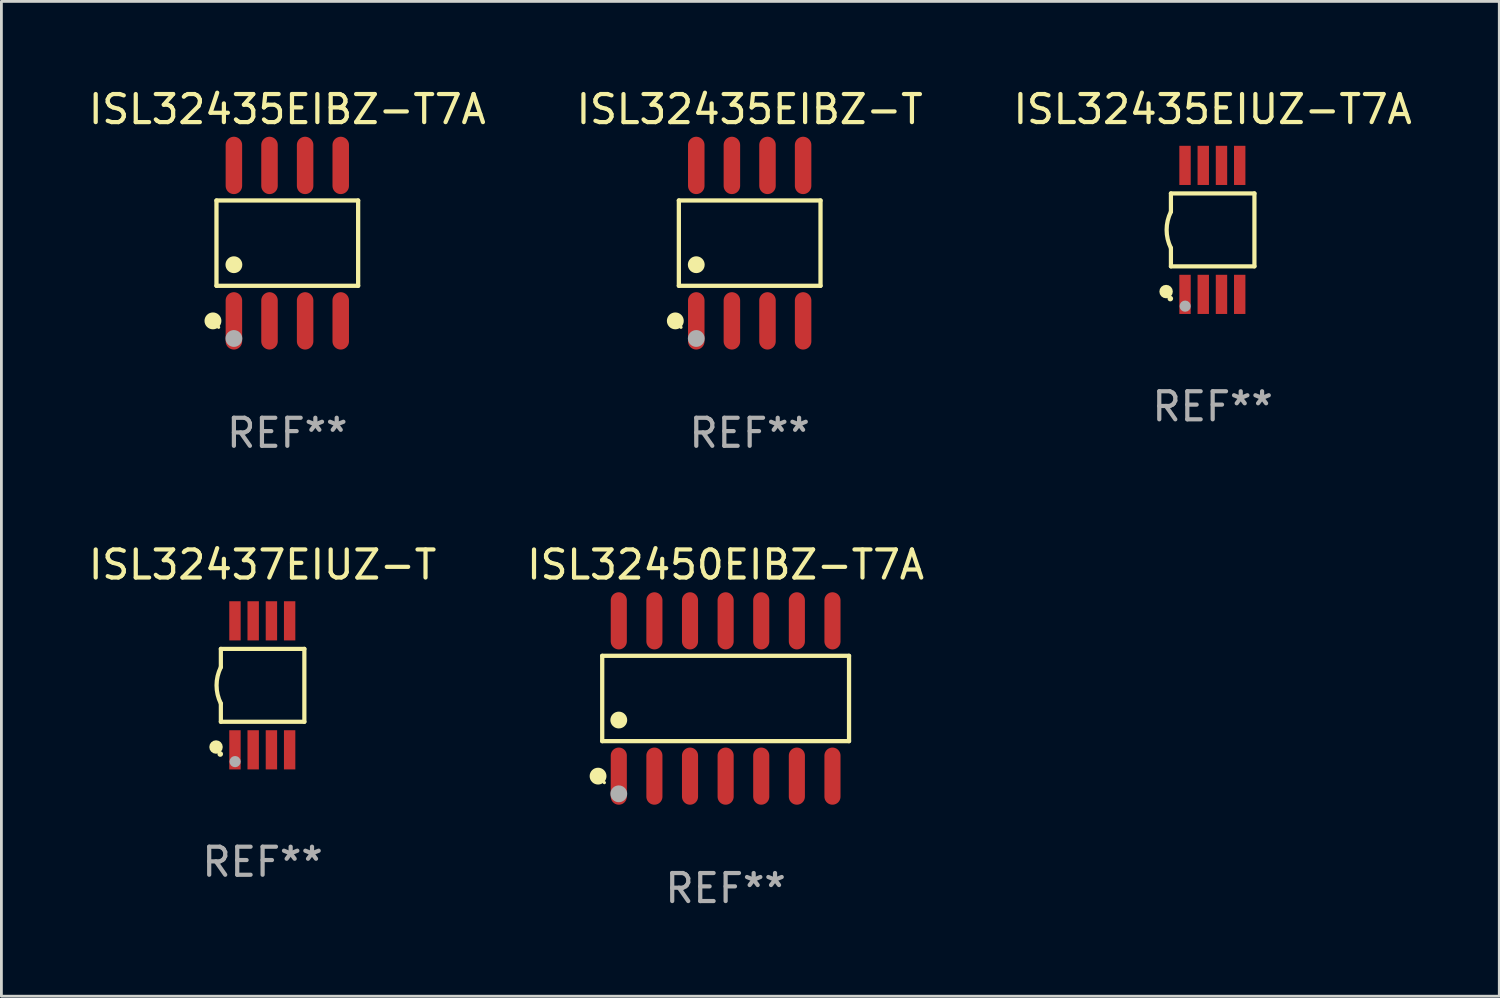
<source format=kicad_pcb>
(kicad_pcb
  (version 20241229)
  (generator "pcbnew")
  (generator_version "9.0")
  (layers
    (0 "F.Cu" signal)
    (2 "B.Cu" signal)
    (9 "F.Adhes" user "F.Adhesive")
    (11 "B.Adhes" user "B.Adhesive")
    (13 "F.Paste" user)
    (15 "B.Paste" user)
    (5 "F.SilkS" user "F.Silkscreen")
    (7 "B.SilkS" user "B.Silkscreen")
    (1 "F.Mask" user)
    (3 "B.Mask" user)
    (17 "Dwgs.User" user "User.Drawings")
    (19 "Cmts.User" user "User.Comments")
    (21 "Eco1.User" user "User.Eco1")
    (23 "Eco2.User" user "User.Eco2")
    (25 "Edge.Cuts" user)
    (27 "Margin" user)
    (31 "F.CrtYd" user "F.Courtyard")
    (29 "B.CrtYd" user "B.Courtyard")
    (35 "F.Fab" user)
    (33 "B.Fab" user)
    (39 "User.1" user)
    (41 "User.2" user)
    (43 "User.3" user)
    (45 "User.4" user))
  (footprint "ISL32435EIBZ-T"
    (layer "F.Cu")
    (at 23.685 5.621)
    (property "Reference" "ISL32435EIBZ-T" (at 0 -4.772 0) (layer "F.SilkS") (effects (font (size 1 1) (thickness 0.15))))
    (attr through_hole)
    (fp_line (start -2.526 -1.521) (end 2.526 -1.521) (stroke (width 0.152) (type solid)) (layer "F.SilkS"))
    (fp_line (start -2.526 1.521) (end -2.526 -1.521) (stroke (width 0.152) (type solid)) (layer "F.SilkS"))
    (fp_line (start 2.526 -1.521) (end 2.526 1.521) (stroke (width 0.152) (type solid)) (layer "F.SilkS"))
    (fp_line (start 2.526 1.521) (end -2.526 1.521) (stroke (width 0.152) (type solid)) (layer "F.SilkS"))
    (fp_circle (center -2.652 2.772) (end -2.501 2.772) (stroke (width 0.3) (type solid)) (fill no) (layer "F.SilkS"))
    (fp_circle (center -2.45 3) (end -2.42 3) (stroke (width 0.06) (type solid)) (fill no) (layer "F.SilkS"))
    (fp_circle (center -1.905 0.769) (end -1.755 0.769) (stroke (width 0.3) (type solid)) (fill no) (layer "F.SilkS"))
    (fp_circle (center -1.905 3.4) (end -1.755 3.4) (stroke (width 0.3) (type solid)) (fill no) (layer "F.Fab"))
    (fp_text user "REF**" (at 0 6.772 0) (layer "F.Fab") (effects (font (size 1 1) (thickness 0.15))))
    (pad "1" smd oval (at -1.905 2.772) (size 0.588 2.045) (layers "F.Cu" "F.Mask" "F.Paste"))
    (pad "2" smd oval (at -0.635 2.772) (size 0.588 2.045) (layers "F.Cu" "F.Mask" "F.Paste"))
    (pad "3" smd oval (at 0.635 2.772) (size 0.588 2.045) (layers "F.Cu" "F.Mask" "F.Paste"))
    (pad "4" smd oval (at 1.905 2.772) (size 0.588 2.045) (layers "F.Cu" "F.Mask" "F.Paste"))
    (pad "5" smd oval (at 1.905 -2.772) (size 0.588 2.045) (layers "F.Cu" "F.Mask" "F.Paste"))
    (pad "6" smd oval (at 0.635 -2.772) (size 0.588 2.045) (layers "F.Cu" "F.Mask" "F.Paste"))
    (pad "7" smd oval (at -0.635 -2.772) (size 0.588 2.045) (layers "F.Cu" "F.Mask" "F.Paste"))
    (pad "8" smd oval (at -1.905 -2.772) (size 0.588 2.045) (layers "F.Cu" "F.Mask" "F.Paste")))
  (footprint "ISL32437EIUZ-T"
    (layer "F.Cu")
    (at 6.315 21.39)
    (property "Reference" "ISL32437EIUZ-T" (at 0 -4.3 0) (layer "F.SilkS") (effects (font (size 1 1) (thickness 0.15))))
    (attr through_hole)
    (fp_line (start -1.489 -1.3) (end -1.489 -0.648) (stroke (width 0.15) (type solid)) (layer "F.SilkS"))
    (fp_line (start -1.489 0.648) (end -1.489 1.3) (stroke (width 0.15) (type solid)) (layer "F.SilkS"))
    (fp_line (start -1.489 1.3) (end 1.489 1.3) (stroke (width 0.15) (type solid)) (layer "F.SilkS"))
    (fp_line (start 1.489 -1.3) (end -1.489 -1.3) (stroke (width 0.15) (type solid)) (layer "F.SilkS"))
    (fp_line (start 1.489 1.3) (end 1.489 -1.3) (stroke (width 0.15) (type solid)) (layer "F.SilkS"))
    (fp_arc (start -1.489205 0.647702) (mid -1.642107 0) (end -1.489205 -0.647701) (stroke (width 0.150013) (type solid)) (layer "F.SilkS"))
    (fp_circle (center -1.661 2.2) (end -1.541 2.2) (stroke (width 0.24) (type solid)) (fill no) (layer "F.SilkS"))
    (fp_circle (center -1.511 2.45) (end -1.461 2.45) (stroke (width 0.1) (type solid)) (fill no) (layer "F.SilkS"))
    (fp_circle (center -0.981 2.72) (end -0.881 2.72) (stroke (width 0.2) (type solid)) (fill no) (layer "F.Fab"))
    (fp_text user "REF**" (at 0 6.3 0) (layer "F.Fab") (effects (font (size 1 1) (thickness 0.15))))
    (pad "1" smd rect (at -0.986 2.3) (size 0.406 1.397) (layers "F.Cu" "F.Mask" "F.Paste"))
    (pad "2" smd rect (at -0.336 2.3) (size 0.406 1.397) (layers "F.Cu" "F.Mask" "F.Paste"))
    (pad "3" smd rect (at 0.314 2.3) (size 0.406 1.397) (layers "F.Cu" "F.Mask" "F.Paste"))
    (pad "4" smd rect (at 0.964 2.3) (size 0.406 1.397) (layers "F.Cu" "F.Mask" "F.Paste"))
    (pad "5" smd rect (at 0.964 -2.3) (size 0.406 1.397) (layers "F.Cu" "F.Mask" "F.Paste"))
    (pad "6" smd rect (at 0.314 -2.3) (size 0.406 1.397) (layers "F.Cu" "F.Mask" "F.Paste"))
    (pad "7" smd rect (at -0.336 -2.3) (size 0.406 1.397) (layers "F.Cu" "F.Mask" "F.Paste"))
    (pad "8" smd rect (at -0.986 -2.3) (size 0.406 1.397) (layers "F.Cu" "F.Mask" "F.Paste")))
  (footprint "ISL32450EIBZ-T7A"
    (layer "F.Cu")
    (at 22.827 21.859)
    (property "Reference" "ISL32450EIBZ-T7A" (at 0 -4.769 0) (layer "F.SilkS") (effects (font (size 1 1) (thickness 0.15))))
    (attr through_hole)
    (fp_line (start -4.401 -1.521) (end 4.401 -1.521) (stroke (width 0.152) (type solid)) (layer "F.SilkS"))
    (fp_line (start -4.401 1.521) (end -4.401 -1.521) (stroke (width 0.152) (type solid)) (layer "F.SilkS"))
    (fp_line (start 4.401 -1.521) (end 4.401 1.521) (stroke (width 0.152) (type solid)) (layer "F.SilkS"))
    (fp_line (start 4.401 1.521) (end -4.401 1.521) (stroke (width 0.152) (type solid)) (layer "F.SilkS"))
    (fp_circle (center -4.549 2.769) (end -4.399 2.769) (stroke (width 0.3) (type solid)) (fill no) (layer "F.SilkS"))
    (fp_circle (center -4.325 3) (end -4.295 3) (stroke (width 0.06) (type solid)) (fill no) (layer "F.SilkS"))
    (fp_circle (center -3.81 0.769) (end -3.66 0.769) (stroke (width 0.3) (type solid)) (fill no) (layer "F.SilkS"))
    (fp_circle (center -3.81 3.4) (end -3.66 3.4) (stroke (width 0.3) (type solid)) (fill no) (layer "F.Fab"))
    (fp_text user "REF**" (at 0 6.769 0) (layer "F.Fab") (effects (font (size 1 1) (thickness 0.15))))
    (pad "1" smd oval (at -3.81 2.769) (size 0.574 2.038) (layers "F.Cu" "F.Mask" "F.Paste"))
    (pad "2" smd oval (at -2.54 2.769) (size 0.574 2.038) (layers "F.Cu" "F.Mask" "F.Paste"))
    (pad "3" smd oval (at -1.27 2.769) (size 0.574 2.038) (layers "F.Cu" "F.Mask" "F.Paste"))
    (pad "4" smd oval (at 0 2.769) (size 0.574 2.038) (layers "F.Cu" "F.Mask" "F.Paste"))
    (pad "5" smd oval (at 1.27 2.769) (size 0.574 2.038) (layers "F.Cu" "F.Mask" "F.Paste"))
    (pad "6" smd oval (at 2.54 2.769) (size 0.574 2.038) (layers "F.Cu" "F.Mask" "F.Paste"))
    (pad "7" smd oval (at 3.81 2.769) (size 0.574 2.038) (layers "F.Cu" "F.Mask" "F.Paste"))
    (pad "8" smd oval (at 3.81 -2.769) (size 0.574 2.038) (layers "F.Cu" "F.Mask" "F.Paste"))
    (pad "9" smd oval (at 2.54 -2.769) (size 0.574 2.038) (layers "F.Cu" "F.Mask" "F.Paste"))
    (pad "10" smd oval (at 1.27 -2.769) (size 0.574 2.038) (layers "F.Cu" "F.Mask" "F.Paste"))
    (pad "11" smd oval (at 0 -2.769) (size 0.574 2.038) (layers "F.Cu" "F.Mask" "F.Paste"))
    (pad "12" smd oval (at -1.27 -2.769) (size 0.574 2.038) (layers "F.Cu" "F.Mask" "F.Paste"))
    (pad "13" smd oval (at -2.54 -2.769) (size 0.574 2.038) (layers "F.Cu" "F.Mask" "F.Paste"))
    (pad "14" smd oval (at -3.81 -2.769) (size 0.574 2.038) (layers "F.Cu" "F.Mask" "F.Paste")))
  (footprint "ISL32435EIBZ-T7A"
    (layer "F.Cu")
    (at 7.196 5.621)
    (property "Reference" "ISL32435EIBZ-T7A" (at 0 -4.772 0) (layer "F.SilkS") (effects (font (size 1 1) (thickness 0.15))))
    (attr through_hole)
    (fp_line (start -2.526 -1.521) (end 2.526 -1.521) (stroke (width 0.152) (type solid)) (layer "F.SilkS"))
    (fp_line (start -2.526 1.521) (end -2.526 -1.521) (stroke (width 0.152) (type solid)) (layer "F.SilkS"))
    (fp_line (start 2.526 -1.521) (end 2.526 1.521) (stroke (width 0.152) (type solid)) (layer "F.SilkS"))
    (fp_line (start 2.526 1.521) (end -2.526 1.521) (stroke (width 0.152) (type solid)) (layer "F.SilkS"))
    (fp_circle (center -2.652 2.772) (end -2.501 2.772) (stroke (width 0.3) (type solid)) (fill no) (layer "F.SilkS"))
    (fp_circle (center -2.45 3) (end -2.42 3) (stroke (width 0.06) (type solid)) (fill no) (layer "F.SilkS"))
    (fp_circle (center -1.905 0.769) (end -1.755 0.769) (stroke (width 0.3) (type solid)) (fill no) (layer "F.SilkS"))
    (fp_circle (center -1.905 3.4) (end -1.755 3.4) (stroke (width 0.3) (type solid)) (fill no) (layer "F.Fab"))
    (fp_text user "REF**" (at 0 6.772 0) (layer "F.Fab") (effects (font (size 1 1) (thickness 0.15))))
    (pad "1" smd oval (at -1.905 2.772) (size 0.588 2.045) (layers "F.Cu" "F.Mask" "F.Paste"))
    (pad "2" smd oval (at -0.635 2.772) (size 0.588 2.045) (layers "F.Cu" "F.Mask" "F.Paste"))
    (pad "3" smd oval (at 0.635 2.772) (size 0.588 2.045) (layers "F.Cu" "F.Mask" "F.Paste"))
    (pad "4" smd oval (at 1.905 2.772) (size 0.588 2.045) (layers "F.Cu" "F.Mask" "F.Paste"))
    (pad "5" smd oval (at 1.905 -2.772) (size 0.588 2.045) (layers "F.Cu" "F.Mask" "F.Paste"))
    (pad "6" smd oval (at 0.635 -2.772) (size 0.588 2.045) (layers "F.Cu" "F.Mask" "F.Paste"))
    (pad "7" smd oval (at -0.635 -2.772) (size 0.588 2.045) (layers "F.Cu" "F.Mask" "F.Paste"))
    (pad "8" smd oval (at -1.905 -2.772) (size 0.588 2.045) (layers "F.Cu" "F.Mask" "F.Paste")))
  (footprint "ISL32435EIUZ-T7A"
    (layer "F.Cu")
    (at 40.196 5.148)
    (property "Reference" "ISL32435EIUZ-T7A" (at 0 -4.3 0) (layer "F.SilkS") (effects (font (size 1 1) (thickness 0.15))))
    (attr through_hole)
    (fp_line (start -1.489 -1.3) (end -1.489 -0.648) (stroke (width 0.15) (type solid)) (layer "F.SilkS"))
    (fp_line (start -1.489 0.648) (end -1.489 1.3) (stroke (width 0.15) (type solid)) (layer "F.SilkS"))
    (fp_line (start -1.489 1.3) (end 1.489 1.3) (stroke (width 0.15) (type solid)) (layer "F.SilkS"))
    (fp_line (start 1.489 -1.3) (end -1.489 -1.3) (stroke (width 0.15) (type solid)) (layer "F.SilkS"))
    (fp_line (start 1.489 1.3) (end 1.489 -1.3) (stroke (width 0.15) (type solid)) (layer "F.SilkS"))
    (fp_arc (start -1.489205 0.647702) (mid -1.642107 0) (end -1.489205 -0.647701) (stroke (width 0.150013) (type solid)) (layer "F.SilkS"))
    (fp_circle (center -1.661 2.2) (end -1.541 2.2) (stroke (width 0.24) (type solid)) (fill no) (layer "F.SilkS"))
    (fp_circle (center -1.511 2.45) (end -1.461 2.45) (stroke (width 0.1) (type solid)) (fill no) (layer "F.SilkS"))
    (fp_circle (center -0.981 2.72) (end -0.881 2.72) (stroke (width 0.2) (type solid)) (fill no) (layer "F.Fab"))
    (fp_text user "REF**" (at 0 6.3 0) (layer "F.Fab") (effects (font (size 1 1) (thickness 0.15))))
    (pad "1" smd rect (at -0.986 2.3) (size 0.406 1.397) (layers "F.Cu" "F.Mask" "F.Paste"))
    (pad "2" smd rect (at -0.336 2.3) (size 0.406 1.397) (layers "F.Cu" "F.Mask" "F.Paste"))
    (pad "3" smd rect (at 0.314 2.3) (size 0.406 1.397) (layers "F.Cu" "F.Mask" "F.Paste"))
    (pad "4" smd rect (at 0.964 2.3) (size 0.406 1.397) (layers "F.Cu" "F.Mask" "F.Paste"))
    (pad "5" smd rect (at 0.964 -2.3) (size 0.406 1.397) (layers "F.Cu" "F.Mask" "F.Paste"))
    (pad "6" smd rect (at 0.314 -2.3) (size 0.406 1.397) (layers "F.Cu" "F.Mask" "F.Paste"))
    (pad "7" smd rect (at -0.336 -2.3) (size 0.406 1.397) (layers "F.Cu" "F.Mask" "F.Paste"))
    (pad "8" smd rect (at -0.986 -2.3) (size 0.406 1.397) (layers "F.Cu" "F.Mask" "F.Paste")))
  (gr_rect
    (start -3 -3)
    (end 50.417 32.476)
    (stroke (width 0.1) (type default))
    (fill no)
    (layer "Edge.Cuts")))
</source>
